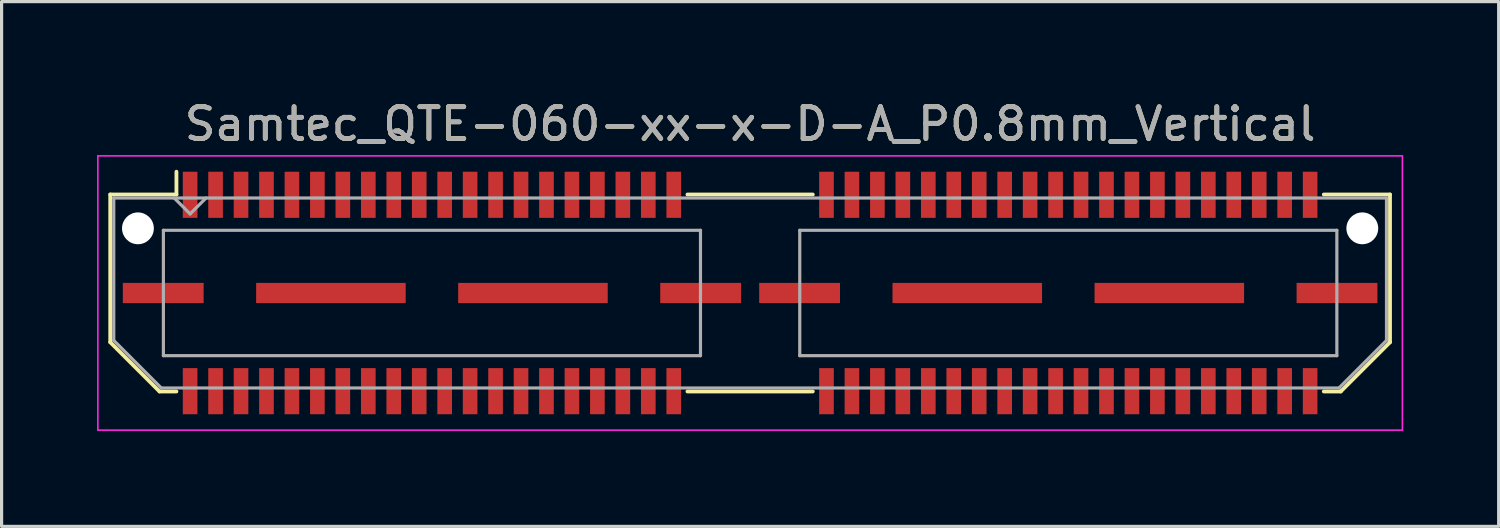
<source format=kicad_pcb>
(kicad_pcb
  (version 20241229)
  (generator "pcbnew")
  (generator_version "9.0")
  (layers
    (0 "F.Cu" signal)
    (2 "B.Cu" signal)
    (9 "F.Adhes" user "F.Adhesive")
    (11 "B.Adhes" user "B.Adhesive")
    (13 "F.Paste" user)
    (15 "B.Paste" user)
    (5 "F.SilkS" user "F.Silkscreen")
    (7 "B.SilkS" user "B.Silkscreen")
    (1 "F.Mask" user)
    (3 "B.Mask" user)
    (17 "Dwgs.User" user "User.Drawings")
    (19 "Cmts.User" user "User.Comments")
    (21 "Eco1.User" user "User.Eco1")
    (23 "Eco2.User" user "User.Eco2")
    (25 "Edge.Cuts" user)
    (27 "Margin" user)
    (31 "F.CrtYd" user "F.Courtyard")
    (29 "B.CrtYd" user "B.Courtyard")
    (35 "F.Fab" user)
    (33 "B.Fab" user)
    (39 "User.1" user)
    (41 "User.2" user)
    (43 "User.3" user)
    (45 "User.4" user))
  (footprint "Samtec_QTE-060-xx-x-D-A_P0.8mm_Vertical"
    (layer "F.Cu")
    (at 20.525 6.158)
    (property "Reference" "Samtec_QTE-060-xx-x-D-A_P0.8mm_Vertical" (at 0 -5.31 0) (layer "F.SilkS") (effects (font (size 1 1) (thickness 0.15))))
    (attr smd)
    (fp_line (start -20.11 -3.095) (end -20.11 1.548) (stroke (width 0.12) (type solid)) (layer "F.SilkS"))
    (fp_line (start -20.11 1.548) (end -18.562 3.095) (stroke (width 0.12) (type solid)) (layer "F.SilkS"))
    (fp_line (start -18.562 3.095) (end -18.03 3.095) (stroke (width 0.12) (type solid)) (layer "F.SilkS"))
    (fp_line (start -18.03 -3.811) (end -18.03 -3.095) (stroke (width 0.12) (type solid)) (layer "F.SilkS"))
    (fp_line (start -18.03 -3.095) (end -20.11 -3.095) (stroke (width 0.12) (type solid)) (layer "F.SilkS"))
    (fp_line (start -1.97 -3.095) (end 1.97 -3.095) (stroke (width 0.12) (type solid)) (layer "F.SilkS"))
    (fp_line (start -1.97 3.095) (end 1.97 3.095) (stroke (width 0.12) (type solid)) (layer "F.SilkS"))
    (fp_line (start 18.03 -3.095) (end 20.11 -3.095) (stroke (width 0.12) (type solid)) (layer "F.SilkS"))
    (fp_line (start 18.562 3.095) (end 18.03 3.095) (stroke (width 0.12) (type solid)) (layer "F.SilkS"))
    (fp_line (start 20.11 -3.095) (end 20.11 1.548) (stroke (width 0.12) (type solid)) (layer "F.SilkS"))
    (fp_line (start 20.11 1.548) (end 18.562 3.095) (stroke (width 0.12) (type solid)) (layer "F.SilkS"))
    (fp_line (start -20.5 -4.31) (end -20.5 4.31) (stroke (width 0.05) (type solid)) (layer "F.CrtYd"))
    (fp_line (start -20.5 4.31) (end 20.5 4.31) (stroke (width 0.05) (type solid)) (layer "F.CrtYd"))
    (fp_line (start 20.5 -4.31) (end -20.5 -4.31) (stroke (width 0.05) (type solid)) (layer "F.CrtYd"))
    (fp_line (start 20.5 4.31) (end 20.5 -4.31) (stroke (width 0.05) (type solid)) (layer "F.CrtYd"))
    (fp_line (start -20 -2.985) (end -20 1.492) (stroke (width 0.1) (type solid)) (layer "F.Fab"))
    (fp_line (start -20 -2.985) (end 20 -2.985) (stroke (width 0.1) (type solid)) (layer "F.Fab"))
    (fp_line (start -20 1.492) (end -18.508 2.985) (stroke (width 0.1) (type solid)) (layer "F.Fab"))
    (fp_line (start -18.508 2.985) (end 18.508 2.985) (stroke (width 0.1) (type solid)) (layer "F.Fab"))
    (fp_line (start -18.44 -1.97) (end -18.44 1.97) (stroke (width 0.1) (type solid)) (layer "F.Fab"))
    (fp_line (start -18.44 1.97) (end -1.56 1.97) (stroke (width 0.1) (type solid)) (layer "F.Fab"))
    (fp_line (start -17.6 -2.485) (end -18.1 -2.985) (stroke (width 0.1) (type solid)) (layer "F.Fab"))
    (fp_line (start -17.1 -2.985) (end -17.6 -2.485) (stroke (width 0.1) (type solid)) (layer "F.Fab"))
    (fp_line (start -1.56 -1.97) (end -18.44 -1.97) (stroke (width 0.1) (type solid)) (layer "F.Fab"))
    (fp_line (start -1.56 1.97) (end -1.56 -1.97) (stroke (width 0.1) (type solid)) (layer "F.Fab"))
    (fp_line (start 1.56 -1.97) (end 1.56 1.97) (stroke (width 0.1) (type solid)) (layer "F.Fab"))
    (fp_line (start 1.56 1.97) (end 18.44 1.97) (stroke (width 0.1) (type solid)) (layer "F.Fab"))
    (fp_line (start 18.44 -1.97) (end 1.56 -1.97) (stroke (width 0.1) (type solid)) (layer "F.Fab"))
    (fp_line (start 18.44 1.97) (end 18.44 -1.97) (stroke (width 0.1) (type solid)) (layer "F.Fab"))
    (fp_line (start 20 -2.985) (end 20 1.492) (stroke (width 0.1) (type solid)) (layer "F.Fab"))
    (fp_line (start 20 1.492) (end 18.508 2.985) (stroke (width 0.1) (type solid)) (layer "F.Fab"))
    (fp_text user "${REFERENCE}" (at 0 -5.31 0) (layer "F.Fab") (effects (font (size 1 1) (thickness 0.15))))
    (pad "" np_thru_hole circle (at -19.24 -2.032) (size 1 1) (drill 1) (layers "*.Cu" "*.Mask"))
    (pad "" np_thru_hole circle (at 19.24 -2.032) (size 1 1) (drill 1) (layers "*.Cu" "*.Mask"))
    (pad "1" smd rect (at -17.6 -3.086) (size 0.46 1.45) (layers "F.Cu" "F.Mask" "F.Paste"))
    (pad "2" smd rect (at -17.6 3.086) (size 0.46 1.45) (layers "F.Cu" "F.Mask" "F.Paste"))
    (pad "3" smd rect (at -16.8 -3.086) (size 0.46 1.45) (layers "F.Cu" "F.Mask" "F.Paste"))
    (pad "4" smd rect (at -16.8 3.086) (size 0.46 1.45) (layers "F.Cu" "F.Mask" "F.Paste"))
    (pad "5" smd rect (at -16 -3.086) (size 0.46 1.45) (layers "F.Cu" "F.Mask" "F.Paste"))
    (pad "6" smd rect (at -16 3.086) (size 0.46 1.45) (layers "F.Cu" "F.Mask" "F.Paste"))
    (pad "7" smd rect (at -15.2 -3.086) (size 0.46 1.45) (layers "F.Cu" "F.Mask" "F.Paste"))
    (pad "8" smd rect (at -15.2 3.086) (size 0.46 1.45) (layers "F.Cu" "F.Mask" "F.Paste"))
    (pad "9" smd rect (at -14.4 -3.086) (size 0.46 1.45) (layers "F.Cu" "F.Mask" "F.Paste"))
    (pad "10" smd rect (at -14.4 3.086) (size 0.46 1.45) (layers "F.Cu" "F.Mask" "F.Paste"))
    (pad "11" smd rect (at -13.6 -3.086) (size 0.46 1.45) (layers "F.Cu" "F.Mask" "F.Paste"))
    (pad "12" smd rect (at -13.6 3.086) (size 0.46 1.45) (layers "F.Cu" "F.Mask" "F.Paste"))
    (pad "13" smd rect (at -12.8 -3.086) (size 0.46 1.45) (layers "F.Cu" "F.Mask" "F.Paste"))
    (pad "14" smd rect (at -12.8 3.086) (size 0.46 1.45) (layers "F.Cu" "F.Mask" "F.Paste"))
    (pad "15" smd rect (at -12 -3.086) (size 0.46 1.45) (layers "F.Cu" "F.Mask" "F.Paste"))
    (pad "16" smd rect (at -12 3.086) (size 0.46 1.45) (layers "F.Cu" "F.Mask" "F.Paste"))
    (pad "17" smd rect (at -11.2 -3.086) (size 0.46 1.45) (layers "F.Cu" "F.Mask" "F.Paste"))
    (pad "18" smd rect (at -11.2 3.086) (size 0.46 1.45) (layers "F.Cu" "F.Mask" "F.Paste"))
    (pad "19" smd rect (at -10.4 -3.086) (size 0.46 1.45) (layers "F.Cu" "F.Mask" "F.Paste"))
    (pad "20" smd rect (at -10.4 3.086) (size 0.46 1.45) (layers "F.Cu" "F.Mask" "F.Paste"))
    (pad "21" smd rect (at -9.6 -3.086) (size 0.46 1.45) (layers "F.Cu" "F.Mask" "F.Paste"))
    (pad "22" smd rect (at -9.6 3.086) (size 0.46 1.45) (layers "F.Cu" "F.Mask" "F.Paste"))
    (pad "23" smd rect (at -8.8 -3.086) (size 0.46 1.45) (layers "F.Cu" "F.Mask" "F.Paste"))
    (pad "24" smd rect (at -8.8 3.086) (size 0.46 1.45) (layers "F.Cu" "F.Mask" "F.Paste"))
    (pad "25" smd rect (at -8 -3.086) (size 0.46 1.45) (layers "F.Cu" "F.Mask" "F.Paste"))
    (pad "26" smd rect (at -8 3.086) (size 0.46 1.45) (layers "F.Cu" "F.Mask" "F.Paste"))
    (pad "27" smd rect (at -7.2 -3.086) (size 0.46 1.45) (layers "F.Cu" "F.Mask" "F.Paste"))
    (pad "28" smd rect (at -7.2 3.086) (size 0.46 1.45) (layers "F.Cu" "F.Mask" "F.Paste"))
    (pad "29" smd rect (at -6.4 -3.086) (size 0.46 1.45) (layers "F.Cu" "F.Mask" "F.Paste"))
    (pad "30" smd rect (at -6.4 3.086) (size 0.46 1.45) (layers "F.Cu" "F.Mask" "F.Paste"))
    (pad "31" smd rect (at -5.6 -3.086) (size 0.46 1.45) (layers "F.Cu" "F.Mask" "F.Paste"))
    (pad "32" smd rect (at -5.6 3.086) (size 0.46 1.45) (layers "F.Cu" "F.Mask" "F.Paste"))
    (pad "33" smd rect (at -4.8 -3.086) (size 0.46 1.45) (layers "F.Cu" "F.Mask" "F.Paste"))
    (pad "34" smd rect (at -4.8 3.086) (size 0.46 1.45) (layers "F.Cu" "F.Mask" "F.Paste"))
    (pad "35" smd rect (at -4 -3.086) (size 0.46 1.45) (layers "F.Cu" "F.Mask" "F.Paste"))
    (pad "36" smd rect (at -4 3.086) (size 0.46 1.45) (layers "F.Cu" "F.Mask" "F.Paste"))
    (pad "37" smd rect (at -3.2 -3.086) (size 0.46 1.45) (layers "F.Cu" "F.Mask" "F.Paste"))
    (pad "38" smd rect (at -3.2 3.086) (size 0.46 1.45) (layers "F.Cu" "F.Mask" "F.Paste"))
    (pad "39" smd rect (at -2.4 -3.086) (size 0.46 1.45) (layers "F.Cu" "F.Mask" "F.Paste"))
    (pad "40" smd rect (at -2.4 3.086) (size 0.46 1.45) (layers "F.Cu" "F.Mask" "F.Paste"))
    (pad "41" smd rect (at 2.4 -3.086) (size 0.46 1.45) (layers "F.Cu" "F.Mask" "F.Paste"))
    (pad "42" smd rect (at 2.4 3.086) (size 0.46 1.45) (layers "F.Cu" "F.Mask" "F.Paste"))
    (pad "43" smd rect (at 3.2 -3.086) (size 0.46 1.45) (layers "F.Cu" "F.Mask" "F.Paste"))
    (pad "44" smd rect (at 3.2 3.086) (size 0.46 1.45) (layers "F.Cu" "F.Mask" "F.Paste"))
    (pad "45" smd rect (at 4 -3.086) (size 0.46 1.45) (layers "F.Cu" "F.Mask" "F.Paste"))
    (pad "46" smd rect (at 4 3.086) (size 0.46 1.45) (layers "F.Cu" "F.Mask" "F.Paste"))
    (pad "47" smd rect (at 4.8 -3.086) (size 0.46 1.45) (layers "F.Cu" "F.Mask" "F.Paste"))
    (pad "48" smd rect (at 4.8 3.086) (size 0.46 1.45) (layers "F.Cu" "F.Mask" "F.Paste"))
    (pad "49" smd rect (at 5.6 -3.086) (size 0.46 1.45) (layers "F.Cu" "F.Mask" "F.Paste"))
    (pad "50" smd rect (at 5.6 3.086) (size 0.46 1.45) (layers "F.Cu" "F.Mask" "F.Paste"))
    (pad "51" smd rect (at 6.4 -3.086) (size 0.46 1.45) (layers "F.Cu" "F.Mask" "F.Paste"))
    (pad "52" smd rect (at 6.4 3.086) (size 0.46 1.45) (layers "F.Cu" "F.Mask" "F.Paste"))
    (pad "53" smd rect (at 7.2 -3.086) (size 0.46 1.45) (layers "F.Cu" "F.Mask" "F.Paste"))
    (pad "54" smd rect (at 7.2 3.086) (size 0.46 1.45) (layers "F.Cu" "F.Mask" "F.Paste"))
    (pad "55" smd rect (at 8 -3.086) (size 0.46 1.45) (layers "F.Cu" "F.Mask" "F.Paste"))
    (pad "56" smd rect (at 8 3.086) (size 0.46 1.45) (layers "F.Cu" "F.Mask" "F.Paste"))
    (pad "57" smd rect (at 8.8 -3.086) (size 0.46 1.45) (layers "F.Cu" "F.Mask" "F.Paste"))
    (pad "58" smd rect (at 8.8 3.086) (size 0.46 1.45) (layers "F.Cu" "F.Mask" "F.Paste"))
    (pad "59" smd rect (at 9.6 -3.086) (size 0.46 1.45) (layers "F.Cu" "F.Mask" "F.Paste"))
    (pad "60" smd rect (at 9.6 3.086) (size 0.46 1.45) (layers "F.Cu" "F.Mask" "F.Paste"))
    (pad "61" smd rect (at 10.4 -3.086) (size 0.46 1.45) (layers "F.Cu" "F.Mask" "F.Paste"))
    (pad "62" smd rect (at 10.4 3.086) (size 0.46 1.45) (layers "F.Cu" "F.Mask" "F.Paste"))
    (pad "63" smd rect (at 11.2 -3.086) (size 0.46 1.45) (layers "F.Cu" "F.Mask" "F.Paste"))
    (pad "64" smd rect (at 11.2 3.086) (size 0.46 1.45) (layers "F.Cu" "F.Mask" "F.Paste"))
    (pad "65" smd rect (at 12 -3.086) (size 0.46 1.45) (layers "F.Cu" "F.Mask" "F.Paste"))
    (pad "66" smd rect (at 12 3.086) (size 0.46 1.45) (layers "F.Cu" "F.Mask" "F.Paste"))
    (pad "67" smd rect (at 12.8 -3.086) (size 0.46 1.45) (layers "F.Cu" "F.Mask" "F.Paste"))
    (pad "68" smd rect (at 12.8 3.086) (size 0.46 1.45) (layers "F.Cu" "F.Mask" "F.Paste"))
    (pad "69" smd rect (at 13.6 -3.086) (size 0.46 1.45) (layers "F.Cu" "F.Mask" "F.Paste"))
    (pad "70" smd rect (at 13.6 3.086) (size 0.46 1.45) (layers "F.Cu" "F.Mask" "F.Paste"))
    (pad "71" smd rect (at 14.4 -3.086) (size 0.46 1.45) (layers "F.Cu" "F.Mask" "F.Paste"))
    (pad "72" smd rect (at 14.4 3.086) (size 0.46 1.45) (layers "F.Cu" "F.Mask" "F.Paste"))
    (pad "73" smd rect (at 15.2 -3.086) (size 0.46 1.45) (layers "F.Cu" "F.Mask" "F.Paste"))
    (pad "74" smd rect (at 15.2 3.086) (size 0.46 1.45) (layers "F.Cu" "F.Mask" "F.Paste"))
    (pad "75" smd rect (at 16 -3.086) (size 0.46 1.45) (layers "F.Cu" "F.Mask" "F.Paste"))
    (pad "76" smd rect (at 16 3.086) (size 0.46 1.45) (layers "F.Cu" "F.Mask" "F.Paste"))
    (pad "77" smd rect (at 16.8 -3.086) (size 0.46 1.45) (layers "F.Cu" "F.Mask" "F.Paste"))
    (pad "78" smd rect (at 16.8 3.086) (size 0.46 1.45) (layers "F.Cu" "F.Mask" "F.Paste"))
    (pad "79" smd rect (at 17.6 -3.086) (size 0.46 1.45) (layers "F.Cu" "F.Mask" "F.Paste"))
    (pad "80" smd rect (at 17.6 3.086) (size 0.46 1.45) (layers "F.Cu" "F.Mask" "F.Paste"))
    (pad "P1" smd rect (at -18.445 0) (size 2.54 0.635) (layers "F.Cu" "F.Mask" "F.Paste"))
    (pad "P1" smd rect (at -13.175 0) (size 4.7 0.635) (layers "F.Cu" "F.Mask" "F.Paste"))
    (pad "P1" smd rect (at -6.825 0) (size 4.7 0.635) (layers "F.Cu" "F.Mask" "F.Paste"))
    (pad "P1" smd rect (at -1.555 0) (size 2.54 0.635) (layers "F.Cu" "F.Mask" "F.Paste"))
    (pad "P2" smd rect (at 1.555 0) (size 2.54 0.635) (layers "F.Cu" "F.Mask" "F.Paste"))
    (pad "P2" smd rect (at 6.825 0) (size 4.7 0.635) (layers "F.Cu" "F.Mask" "F.Paste"))
    (pad "P2" smd rect (at 13.175 0) (size 4.7 0.635) (layers "F.Cu" "F.Mask" "F.Paste"))
    (pad "P2" smd rect (at 18.445 0) (size 2.54 0.635) (layers "F.Cu" "F.Mask" "F.Paste")))
  (gr_rect
    (start -3 -3)
    (end 44.05 13.493)
    (stroke (width 0.1) (type default))
    (fill no)
    (layer "Edge.Cuts")))
</source>
